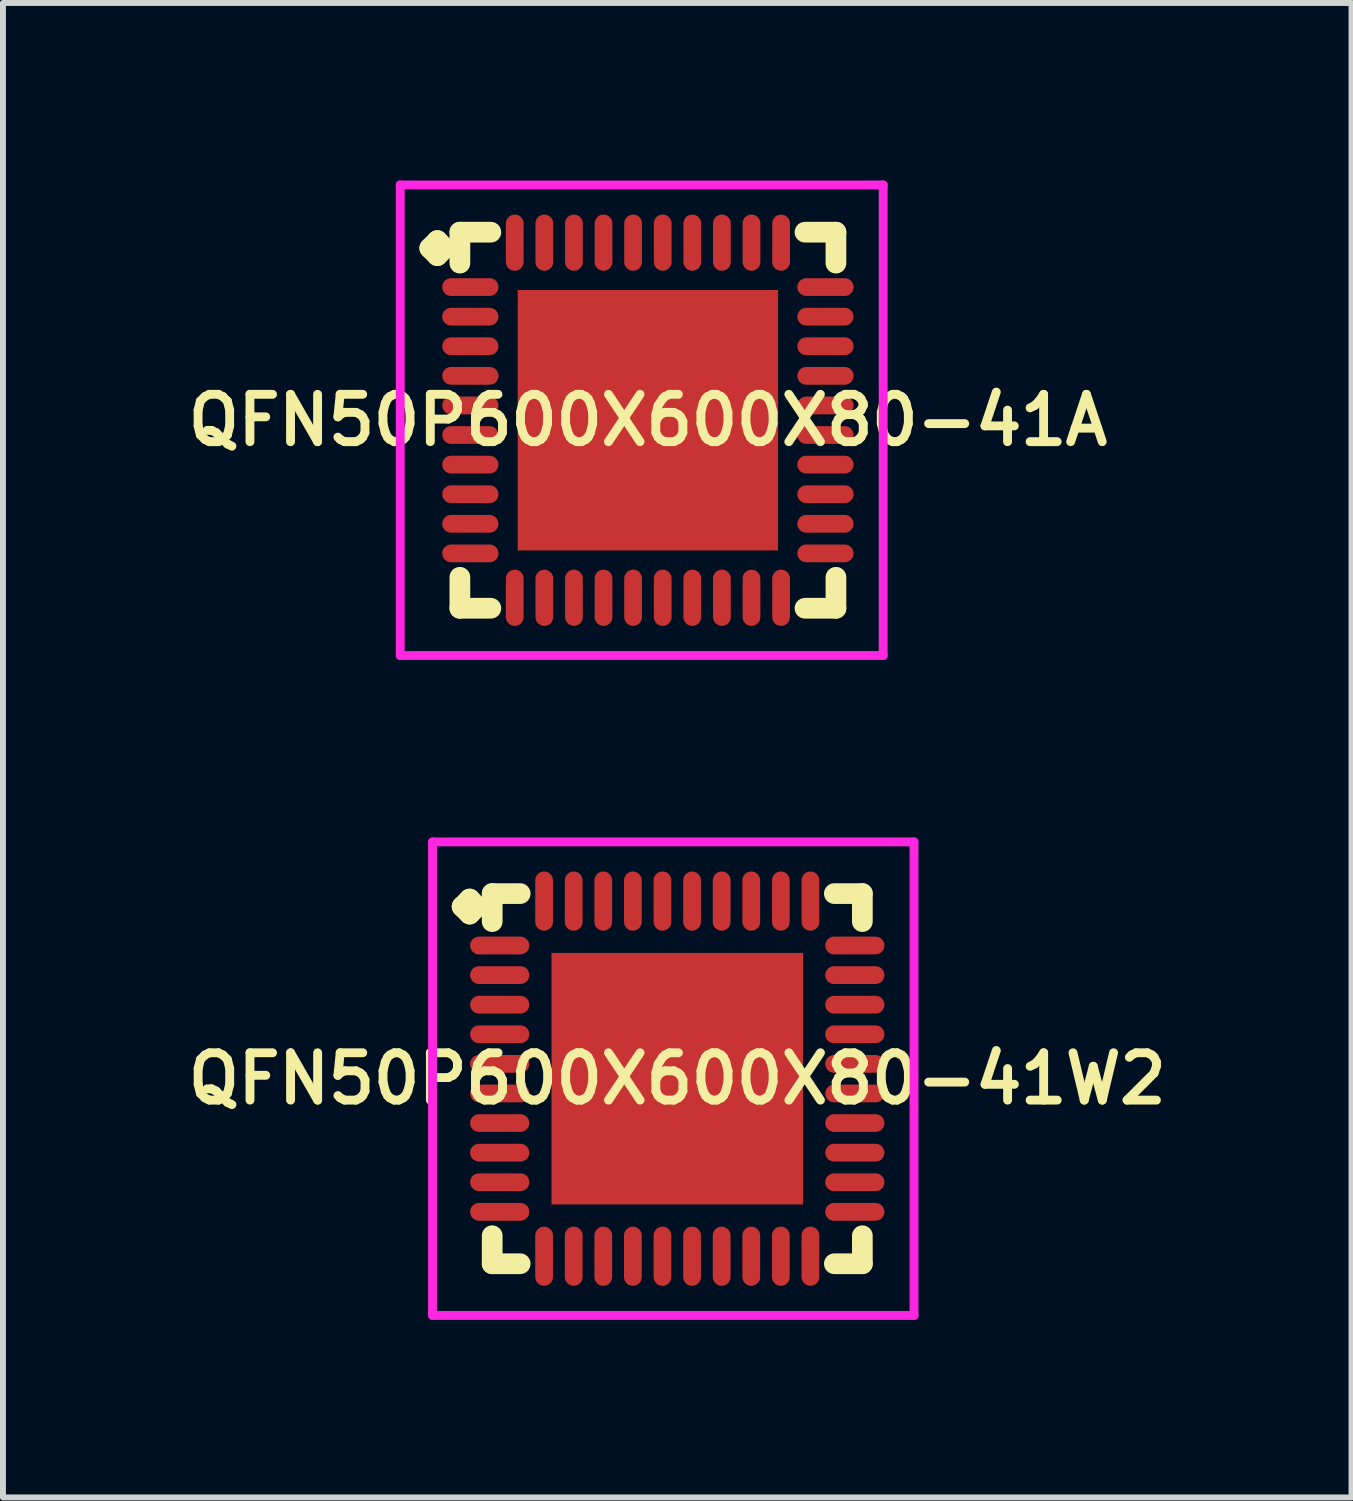
<source format=kicad_pcb>
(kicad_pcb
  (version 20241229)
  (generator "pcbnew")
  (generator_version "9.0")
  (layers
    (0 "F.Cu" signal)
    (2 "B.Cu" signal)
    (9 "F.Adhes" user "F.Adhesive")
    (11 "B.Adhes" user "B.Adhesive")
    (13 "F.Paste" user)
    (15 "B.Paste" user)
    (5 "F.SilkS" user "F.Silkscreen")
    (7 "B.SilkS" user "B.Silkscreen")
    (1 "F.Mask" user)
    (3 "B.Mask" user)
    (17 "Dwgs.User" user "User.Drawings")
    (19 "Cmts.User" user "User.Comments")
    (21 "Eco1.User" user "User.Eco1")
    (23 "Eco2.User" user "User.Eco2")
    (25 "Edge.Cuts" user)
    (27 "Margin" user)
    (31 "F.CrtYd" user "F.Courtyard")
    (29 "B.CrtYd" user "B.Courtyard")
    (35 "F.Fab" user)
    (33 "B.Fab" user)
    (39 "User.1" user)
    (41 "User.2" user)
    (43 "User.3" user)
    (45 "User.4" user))
  (footprint "QFN50P600X600X80-41A"
    (layer "F.Cu")
    (at 7.897 4.05)
    (property "Reference" "QFN50P600X600X80-41A" (at 0 0 0) (layer "F.SilkS") (effects (font (size 0.8 0.8) (thickness 0.15))))
    (attr smd)
    (fp_line (start -3.685 -2.908) (end -3.558 -3.035) (stroke (width 0.35) (type solid)) (layer "F.SilkS"))
    (fp_line (start -3.558 -3.035) (end -3.431 -2.908) (stroke (width 0.35) (type solid)) (layer "F.SilkS"))
    (fp_line (start -3.558 -2.781) (end -3.685 -2.908) (stroke (width 0.35) (type solid)) (layer "F.SilkS"))
    (fp_line (start -3.431 -2.908) (end -3.558 -2.781) (stroke (width 0.35) (type solid)) (layer "F.SilkS"))
    (fp_line (start -3.177 -3.177) (end -2.654 -3.177) (stroke (width 0.35) (type solid)) (layer "F.SilkS"))
    (fp_line (start -3.177 -2.654) (end -3.177 -3.177) (stroke (width 0.35) (type solid)) (layer "F.SilkS"))
    (fp_line (start -3.177 2.654) (end -3.177 3.177) (stroke (width 0.35) (type solid)) (layer "F.SilkS"))
    (fp_line (start -3.177 3.177) (end -2.654 3.177) (stroke (width 0.35) (type solid)) (layer "F.SilkS"))
    (fp_line (start 2.654 -3.177) (end 3.177 -3.177) (stroke (width 0.35) (type solid)) (layer "F.SilkS"))
    (fp_line (start 2.654 3.177) (end 3.177 3.177) (stroke (width 0.35) (type solid)) (layer "F.SilkS"))
    (fp_line (start 3.177 -3.177) (end 3.177 -2.654) (stroke (width 0.35) (type solid)) (layer "F.SilkS"))
    (fp_line (start 3.177 3.177) (end 3.177 2.654) (stroke (width 0.35) (type solid)) (layer "F.SilkS"))
    (fp_line (start -4.185 -3.975) (end 3.975 -3.975) (stroke (width 0.15) (type solid)) (layer "F.CrtYd"))
    (fp_line (start -4.185 3.975) (end -4.185 -3.975) (stroke (width 0.15) (type solid)) (layer "F.CrtYd"))
    (fp_line (start 3.975 -3.975) (end 3.975 3.975) (stroke (width 0.15) (type solid)) (layer "F.CrtYd"))
    (fp_line (start 3.975 3.975) (end -4.185 3.975) (stroke (width 0.15) (type solid)) (layer "F.CrtYd"))
    (pad "1" smd oval (at -3 -2.25) (size 0.95 0.3) (layers "F.Cu" "F.Mask" "F.Paste"))
    (pad "2" smd oval (at -3 -1.75) (size 0.95 0.3) (layers "F.Cu" "F.Mask" "F.Paste"))
    (pad "3" smd oval (at -3 -1.25) (size 0.95 0.3) (layers "F.Cu" "F.Mask" "F.Paste"))
    (pad "4" smd oval (at -3 -0.75) (size 0.95 0.3) (layers "F.Cu" "F.Mask" "F.Paste"))
    (pad "5" smd oval (at -3 -0.25) (size 0.95 0.3) (layers "F.Cu" "F.Mask" "F.Paste"))
    (pad "6" smd oval (at -3 0.25) (size 0.95 0.3) (layers "F.Cu" "F.Mask" "F.Paste"))
    (pad "7" smd oval (at -3 0.75) (size 0.95 0.3) (layers "F.Cu" "F.Mask" "F.Paste"))
    (pad "8" smd oval (at -3 1.25) (size 0.95 0.3) (layers "F.Cu" "F.Mask" "F.Paste"))
    (pad "9" smd oval (at -3 1.75) (size 0.95 0.3) (layers "F.Cu" "F.Mask" "F.Paste"))
    (pad "10" smd oval (at -3 2.25) (size 0.95 0.3) (layers "F.Cu" "F.Mask" "F.Paste"))
    (pad "11" smd oval (at -2.25 3) (size 0.3 0.95) (layers "F.Cu" "F.Mask" "F.Paste"))
    (pad "12" smd oval (at -1.75 3) (size 0.3 0.95) (layers "F.Cu" "F.Mask" "F.Paste"))
    (pad "13" smd oval (at -1.25 3) (size 0.3 0.95) (layers "F.Cu" "F.Mask" "F.Paste"))
    (pad "14" smd oval (at -0.75 3) (size 0.3 0.95) (layers "F.Cu" "F.Mask" "F.Paste"))
    (pad "15" smd oval (at -0.25 3) (size 0.3 0.95) (layers "F.Cu" "F.Mask" "F.Paste"))
    (pad "16" smd oval (at 0.25 3) (size 0.3 0.95) (layers "F.Cu" "F.Mask" "F.Paste"))
    (pad "17" smd oval (at 0.75 3) (size 0.3 0.95) (layers "F.Cu" "F.Mask" "F.Paste"))
    (pad "18" smd oval (at 1.25 3) (size 0.3 0.95) (layers "F.Cu" "F.Mask" "F.Paste"))
    (pad "19" smd oval (at 1.75 3) (size 0.3 0.95) (layers "F.Cu" "F.Mask" "F.Paste"))
    (pad "20" smd oval (at 2.25 3) (size 0.3 0.95) (layers "F.Cu" "F.Mask" "F.Paste"))
    (pad "21" smd oval (at 3 2.25) (size 0.95 0.3) (layers "F.Cu" "F.Mask" "F.Paste"))
    (pad "22" smd oval (at 3 1.75) (size 0.95 0.3) (layers "F.Cu" "F.Mask" "F.Paste"))
    (pad "23" smd oval (at 3 1.25) (size 0.95 0.3) (layers "F.Cu" "F.Mask" "F.Paste"))
    (pad "24" smd oval (at 3 0.75) (size 0.95 0.3) (layers "F.Cu" "F.Mask" "F.Paste"))
    (pad "25" smd oval (at 3 0.25) (size 0.95 0.3) (layers "F.Cu" "F.Mask" "F.Paste"))
    (pad "26" smd oval (at 3 -0.25) (size 0.95 0.3) (layers "F.Cu" "F.Mask" "F.Paste"))
    (pad "27" smd oval (at 3 -0.75) (size 0.95 0.3) (layers "F.Cu" "F.Mask" "F.Paste"))
    (pad "28" smd oval (at 3 -1.25) (size 0.95 0.3) (layers "F.Cu" "F.Mask" "F.Paste"))
    (pad "29" smd oval (at 3 -1.75) (size 0.95 0.3) (layers "F.Cu" "F.Mask" "F.Paste"))
    (pad "30" smd oval (at 3 -2.25) (size 0.95 0.3) (layers "F.Cu" "F.Mask" "F.Paste"))
    (pad "31" smd oval (at 2.25 -3) (size 0.3 0.95) (layers "F.Cu" "F.Mask" "F.Paste"))
    (pad "32" smd oval (at 1.75 -3) (size 0.3 0.95) (layers "F.Cu" "F.Mask" "F.Paste"))
    (pad "33" smd oval (at 1.25 -3) (size 0.3 0.95) (layers "F.Cu" "F.Mask" "F.Paste"))
    (pad "34" smd oval (at 0.75 -3) (size 0.3 0.95) (layers "F.Cu" "F.Mask" "F.Paste"))
    (pad "35" smd oval (at 0.25 -3) (size 0.3 0.95) (layers "F.Cu" "F.Mask" "F.Paste"))
    (pad "36" smd oval (at -0.25 -3) (size 0.3 0.95) (layers "F.Cu" "F.Mask" "F.Paste"))
    (pad "37" smd oval (at -0.75 -3) (size 0.3 0.95) (layers "F.Cu" "F.Mask" "F.Paste"))
    (pad "38" smd oval (at -1.25 -3) (size 0.3 0.95) (layers "F.Cu" "F.Mask" "F.Paste"))
    (pad "39" smd oval (at -1.75 -3) (size 0.3 0.95) (layers "F.Cu" "F.Mask" "F.Paste"))
    (pad "40" smd oval (at -2.25 -3) (size 0.3 0.95) (layers "F.Cu" "F.Mask" "F.Paste"))
    (pad "41" smd rect (at 0 0) (size 4.4 4.4) (layers "F.Cu" "F.Mask" "F.Paste")))
  (footprint "QFN50P600X600X80-41W2"
    (layer "F.Cu")
    (at 8.393 15.175)
    (property "Reference" "QFN50P600X600X80-41W2" (at 0 0 0) (layer "F.SilkS") (effects (font (size 0.8 0.8) (thickness 0.15))))
    (attr through_hole)
    (fp_line (start -3.635 -2.908) (end -3.508 -3.035) (stroke (width 0.35) (type solid)) (layer "F.SilkS"))
    (fp_line (start -3.508 -3.035) (end -3.381 -2.908) (stroke (width 0.35) (type solid)) (layer "F.SilkS"))
    (fp_line (start -3.508 -2.781) (end -3.635 -2.908) (stroke (width 0.35) (type solid)) (layer "F.SilkS"))
    (fp_line (start -3.381 -2.908) (end -3.508 -2.781) (stroke (width 0.35) (type solid)) (layer "F.SilkS"))
    (fp_line (start -3.127 -3.127) (end -2.654 -3.127) (stroke (width 0.35) (type solid)) (layer "F.SilkS"))
    (fp_line (start -3.127 -2.654) (end -3.127 -3.127) (stroke (width 0.35) (type solid)) (layer "F.SilkS"))
    (fp_line (start -3.127 2.654) (end -3.127 3.127) (stroke (width 0.35) (type solid)) (layer "F.SilkS"))
    (fp_line (start -3.127 3.127) (end -2.654 3.127) (stroke (width 0.35) (type solid)) (layer "F.SilkS"))
    (fp_line (start 2.654 -3.127) (end 3.127 -3.127) (stroke (width 0.35) (type solid)) (layer "F.SilkS"))
    (fp_line (start 2.654 3.127) (end 3.127 3.127) (stroke (width 0.35) (type solid)) (layer "F.SilkS"))
    (fp_line (start 3.127 -3.127) (end 3.127 -2.654) (stroke (width 0.35) (type solid)) (layer "F.SilkS"))
    (fp_line (start 3.127 3.127) (end 3.127 2.654) (stroke (width 0.35) (type solid)) (layer "F.SilkS"))
    (fp_line (start -4.135 -4) (end 4 -4) (stroke (width 0.15) (type solid)) (layer "F.CrtYd"))
    (fp_line (start -4.135 4) (end -4.135 -4) (stroke (width 0.15) (type solid)) (layer "F.CrtYd"))
    (fp_line (start 4 -4) (end 4 4) (stroke (width 0.15) (type solid)) (layer "F.CrtYd"))
    (fp_line (start 4 4) (end -4.135 4) (stroke (width 0.15) (type solid)) (layer "F.CrtYd"))
    (pad "1" smd oval (at -3 -2.25) (size 1 0.3) (layers "F.Cu" "F.Mask" "F.Paste"))
    (pad "2" smd oval (at -3 -1.75) (size 1 0.3) (layers "F.Cu" "F.Mask" "F.Paste"))
    (pad "3" smd oval (at -3 -1.25) (size 1 0.3) (layers "F.Cu" "F.Mask" "F.Paste"))
    (pad "4" smd oval (at -3 -0.75) (size 1 0.3) (layers "F.Cu" "F.Mask" "F.Paste"))
    (pad "5" smd oval (at -3 -0.25) (size 1 0.3) (layers "F.Cu" "F.Mask" "F.Paste"))
    (pad "6" smd oval (at -3 0.25) (size 1 0.3) (layers "F.Cu" "F.Mask" "F.Paste"))
    (pad "7" smd oval (at -3 0.75) (size 1 0.3) (layers "F.Cu" "F.Mask" "F.Paste"))
    (pad "8" smd oval (at -3 1.25) (size 1 0.3) (layers "F.Cu" "F.Mask" "F.Paste"))
    (pad "9" smd oval (at -3 1.75) (size 1 0.3) (layers "F.Cu" "F.Mask" "F.Paste"))
    (pad "10" smd oval (at -3 2.25) (size 1 0.3) (layers "F.Cu" "F.Mask" "F.Paste"))
    (pad "11" smd oval (at -2.25 3) (size 0.3 1) (layers "F.Cu" "F.Mask" "F.Paste"))
    (pad "12" smd oval (at -1.75 3) (size 0.3 1) (layers "F.Cu" "F.Mask" "F.Paste"))
    (pad "13" smd oval (at -1.25 3) (size 0.3 1) (layers "F.Cu" "F.Mask" "F.Paste"))
    (pad "14" smd oval (at -0.75 3) (size 0.3 1) (layers "F.Cu" "F.Mask" "F.Paste"))
    (pad "15" smd oval (at -0.25 3) (size 0.3 1) (layers "F.Cu" "F.Mask" "F.Paste"))
    (pad "16" smd oval (at 0.25 3) (size 0.3 1) (layers "F.Cu" "F.Mask" "F.Paste"))
    (pad "17" smd oval (at 0.75 3) (size 0.3 1) (layers "F.Cu" "F.Mask" "F.Paste"))
    (pad "18" smd oval (at 1.25 3) (size 0.3 1) (layers "F.Cu" "F.Mask" "F.Paste"))
    (pad "19" smd oval (at 1.75 3) (size 0.3 1) (layers "F.Cu" "F.Mask" "F.Paste"))
    (pad "20" smd oval (at 2.25 3) (size 0.3 1) (layers "F.Cu" "F.Mask" "F.Paste"))
    (pad "21" smd oval (at 3 2.25) (size 1 0.3) (layers "F.Cu" "F.Mask" "F.Paste"))
    (pad "22" smd oval (at 3 1.75) (size 1 0.3) (layers "F.Cu" "F.Mask" "F.Paste"))
    (pad "23" smd oval (at 3 1.25) (size 1 0.3) (layers "F.Cu" "F.Mask" "F.Paste"))
    (pad "24" smd oval (at 3 0.75) (size 1 0.3) (layers "F.Cu" "F.Mask" "F.Paste"))
    (pad "25" smd oval (at 3 0.25) (size 1 0.3) (layers "F.Cu" "F.Mask" "F.Paste"))
    (pad "26" smd oval (at 3 -0.25) (size 1 0.3) (layers "F.Cu" "F.Mask" "F.Paste"))
    (pad "27" smd oval (at 3 -0.75) (size 1 0.3) (layers "F.Cu" "F.Mask" "F.Paste"))
    (pad "28" smd oval (at 3 -1.25) (size 1 0.3) (layers "F.Cu" "F.Mask" "F.Paste"))
    (pad "29" smd oval (at 3 -1.75) (size 1 0.3) (layers "F.Cu" "F.Mask" "F.Paste"))
    (pad "30" smd oval (at 3 -2.25) (size 1 0.3) (layers "F.Cu" "F.Mask" "F.Paste"))
    (pad "31" smd oval (at 2.25 -3) (size 0.3 1) (layers "F.Cu" "F.Mask" "F.Paste"))
    (pad "32" smd oval (at 1.75 -3) (size 0.3 1) (layers "F.Cu" "F.Mask" "F.Paste"))
    (pad "33" smd oval (at 1.25 -3) (size 0.3 1) (layers "F.Cu" "F.Mask" "F.Paste"))
    (pad "34" smd oval (at 0.75 -3) (size 0.3 1) (layers "F.Cu" "F.Mask" "F.Paste"))
    (pad "35" smd oval (at 0.25 -3) (size 0.3 1) (layers "F.Cu" "F.Mask" "F.Paste"))
    (pad "36" smd oval (at -0.25 -3) (size 0.3 1) (layers "F.Cu" "F.Mask" "F.Paste"))
    (pad "37" smd oval (at -0.75 -3) (size 0.3 1) (layers "F.Cu" "F.Mask" "F.Paste"))
    (pad "38" smd oval (at -1.25 -3) (size 0.3 1) (layers "F.Cu" "F.Mask" "F.Paste"))
    (pad "39" smd oval (at -1.75 -3) (size 0.3 1) (layers "F.Cu" "F.Mask" "F.Paste"))
    (pad "40" smd oval (at -2.25 -3) (size 0.3 1) (layers "F.Cu" "F.Mask" "F.Paste"))
    (pad "41" smd rect (at 0 0) (size 4.25 4.25) (layers "F.Cu" "F.Mask" "F.Paste")))
  (gr_rect
    (start -3 -3)
    (end 19.785 22.25)
    (stroke (width 0.1) (type default))
    (fill no)
    (layer "Edge.Cuts")))
</source>
